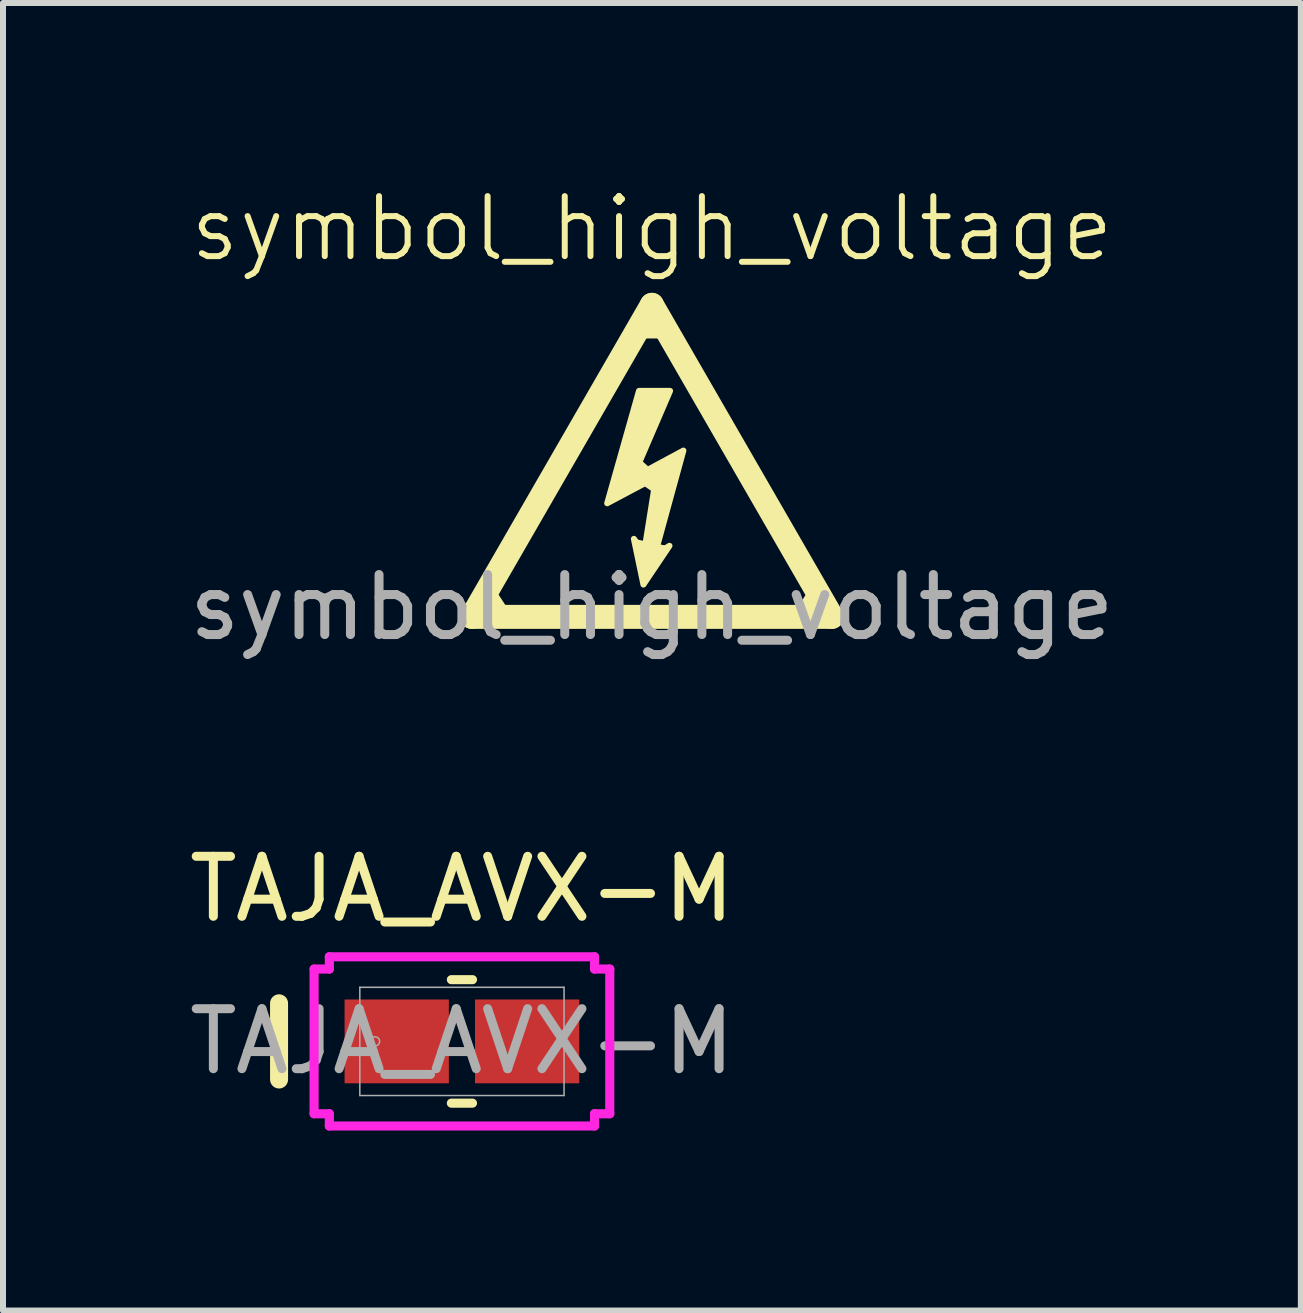
<source format=kicad_pcb>
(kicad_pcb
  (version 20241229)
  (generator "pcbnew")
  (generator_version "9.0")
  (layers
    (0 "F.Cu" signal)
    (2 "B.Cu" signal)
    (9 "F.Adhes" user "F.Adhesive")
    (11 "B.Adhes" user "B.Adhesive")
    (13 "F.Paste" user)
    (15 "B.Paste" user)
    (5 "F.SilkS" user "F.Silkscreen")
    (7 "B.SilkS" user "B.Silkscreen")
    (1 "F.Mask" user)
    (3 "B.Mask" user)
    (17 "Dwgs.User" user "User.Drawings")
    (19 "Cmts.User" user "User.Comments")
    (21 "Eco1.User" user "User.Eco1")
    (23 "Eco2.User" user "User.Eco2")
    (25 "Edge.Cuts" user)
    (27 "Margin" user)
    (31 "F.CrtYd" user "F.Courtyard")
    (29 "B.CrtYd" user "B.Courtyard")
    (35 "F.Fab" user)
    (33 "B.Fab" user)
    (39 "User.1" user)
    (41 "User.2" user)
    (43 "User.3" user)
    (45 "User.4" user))
  (footprint "TAJA_AVX-M"
    (layer "F.Cu")
    (at 4.649 14.307)
    (property "Reference" "TAJA_AVX-M" (at 0 -2.54 0) (layer "F.SilkS") (effects (font (size 1 1) (thickness 0.15))))
    (attr smd)
    (fp_line (start -3.048 -0.635) (end -3.048 0.635) (stroke (width 0.3) (type solid)) (layer "F.SilkS"))
    (fp_line (start -0.176 1.029) (end 0.176 1.029) (stroke (width 0.152) (type solid)) (layer "F.SilkS"))
    (fp_line (start 0.176 -1.029) (end -0.176 -1.029) (stroke (width 0.152) (type solid)) (layer "F.SilkS"))
    (fp_line (start -2.464 -1.206) (end -2.21 -1.206) (stroke (width 0.152) (type solid)) (layer "F.CrtYd"))
    (fp_line (start -2.464 1.206) (end -2.464 -1.206) (stroke (width 0.152) (type solid)) (layer "F.CrtYd"))
    (fp_line (start -2.21 -1.41) (end 2.21 -1.41) (stroke (width 0.152) (type solid)) (layer "F.CrtYd"))
    (fp_line (start -2.21 -1.206) (end -2.21 -1.41) (stroke (width 0.152) (type solid)) (layer "F.CrtYd"))
    (fp_line (start -2.21 1.206) (end -2.464 1.206) (stroke (width 0.152) (type solid)) (layer "F.CrtYd"))
    (fp_line (start -2.21 1.41) (end -2.21 1.206) (stroke (width 0.152) (type solid)) (layer "F.CrtYd"))
    (fp_line (start 2.21 -1.41) (end 2.21 -1.206) (stroke (width 0.152) (type solid)) (layer "F.CrtYd"))
    (fp_line (start 2.21 -1.206) (end 2.464 -1.206) (stroke (width 0.152) (type solid)) (layer "F.CrtYd"))
    (fp_line (start 2.21 1.206) (end 2.21 1.41) (stroke (width 0.152) (type solid)) (layer "F.CrtYd"))
    (fp_line (start 2.21 1.41) (end -2.21 1.41) (stroke (width 0.152) (type solid)) (layer "F.CrtYd"))
    (fp_line (start 2.464 -1.206) (end 2.464 1.206) (stroke (width 0.152) (type solid)) (layer "F.CrtYd"))
    (fp_line (start 2.464 1.206) (end 2.21 1.206) (stroke (width 0.152) (type solid)) (layer "F.CrtYd"))
    (fp_line (start -1.702 -0.902) (end -1.702 0.902) (stroke (width 0.025) (type solid)) (layer "F.Fab"))
    (fp_line (start -1.702 0.902) (end 1.702 0.902) (stroke (width 0.025) (type solid)) (layer "F.Fab"))
    (fp_line (start 1.702 -0.902) (end -1.702 -0.902) (stroke (width 0.025) (type solid)) (layer "F.Fab"))
    (fp_line (start 1.702 0.902) (end 1.702 -0.902) (stroke (width 0.025) (type solid)) (layer "F.Fab"))
    (fp_circle (center -1.448 0) (end -1.372 0) (stroke (width 0.025) (type solid)) (fill no) (layer "F.Fab"))
    (fp_text user "${REFERENCE}" (at 0 0 0) (unlocked yes) (layer "F.Fab") (effects (font (size 1 1) (thickness 0.15))))
    (pad "1" smd rect (at -1.087 0 90) (size 1.397 1.738) (layers "F.Cu" "F.Mask" "F.Paste"))
    (pad "2" smd rect (at 1.087 0 90) (size 1.397 1.738) (layers "F.Cu" "F.Mask" "F.Paste"))
    (zone (net_name "") (layer "F.Cu") (hatch full 0.508) (connect_pads) (min_thickness 0.254) (filled_areas_thickness no) (keepout (tracks not_allowed) (vias not_allowed) (pads allowed) (copperpour not_allowed) (footprints allowed)) (placement (enabled no)) (fill) (polygon (pts (xy 2.998 13.456) (xy 6.3 13.456) (xy 6.3 13.558) (xy 2.998 13.558))))
    (zone (net_name "") (layer "F.Cu") (hatch full 0.508) (connect_pads) (min_thickness 0.254) (filled_areas_thickness no) (keepout (tracks not_allowed) (vias not_allowed) (pads allowed) (copperpour not_allowed) (footprints allowed)) (placement (enabled no)) (fill) (polygon (pts (xy 2.998 15.056) (xy 6.3 15.056) (xy 6.3 15.158) (xy 2.998 15.158))))
    (zone (net_name "") (layer "F.Cu") (hatch full 0.508) (connect_pads) (min_thickness 0.254) (filled_areas_thickness no) (keepout (tracks not_allowed) (vias not_allowed) (pads allowed) (copperpour not_allowed) (footprints allowed)) (placement (enabled no)) (fill) (polygon (pts (xy 4.482 13.558) (xy 4.816 13.558) (xy 4.816 15.056) (xy 4.482 15.056)))))
  (footprint "symbol_high_voltage"
    (layer "F.Cu")
    (at 7.815 4.571)
    (property "Reference" "symbol_high_voltage" (at 0 -3.81 0) (unlocked yes) (layer "F.SilkS") (effects (font (size 1 1) (thickness 0.1))))
    (attr smd)
    (fp_line (start -3 2.66) (end 0 -2.54) (stroke (width 0.4) (type solid)) (layer "F.SilkS"))
    (fp_line (start -2.457 2.625) (end -2.723 2.215) (stroke (width 0.2) (type default)) (layer "F.SilkS"))
    (fp_line (start -0.28 0.09) (end -0.08 0.27) (stroke (width 0.2) (type default)) (layer "F.SilkS"))
    (fp_line (start -0.26 1.42) (end 0.21 1.52) (stroke (width 0.102) (type default)) (layer "F.SilkS"))
    (fp_line (start -0.135 0.355) (end 0.115 0.525) (stroke (width 0.2) (type default)) (layer "F.SilkS"))
    (fp_line (start -0.125 -2.08) (end 0.125 -2.08) (stroke (width 0.2) (type default)) (layer "F.SilkS"))
    (fp_line (start 0 -2.54) (end 3 2.66) (stroke (width 0.4) (type solid)) (layer "F.SilkS"))
    (fp_line (start 2.467 2.625) (end 2.733 2.215) (stroke (width 0.2) (type default)) (layer "F.SilkS"))
    (fp_line (start 3 2.66) (end -3 2.66) (stroke (width 0.4) (type solid)) (layer "F.SilkS"))
    (fp_poly (pts (xy -0.321 0.344) (xy 0.525 -0.111) (xy 0.049 1.625) (xy 0.293 1.476) (xy -0.141 2.122) (xy -0.3 1.36) (xy -0.131 1.593) (xy 0.07 0.333) (xy -0.745 0.767) (xy -0.215 -1.106) (xy 0.303 -1.106)) (stroke (width 0.1) (type solid)) (fill yes) (layer "F.SilkS"))
    (fp_text user "${REFERENCE}" (at 0 2.5 0) (unlocked yes) (layer "F.Fab") (effects (font (size 1 1) (thickness 0.15)))))
  (gr_rect
    (start -3 -3)
    (end 18.631 18.793)
    (stroke (width 0.1) (type default))
    (fill no)
    (layer "Edge.Cuts")))
</source>
